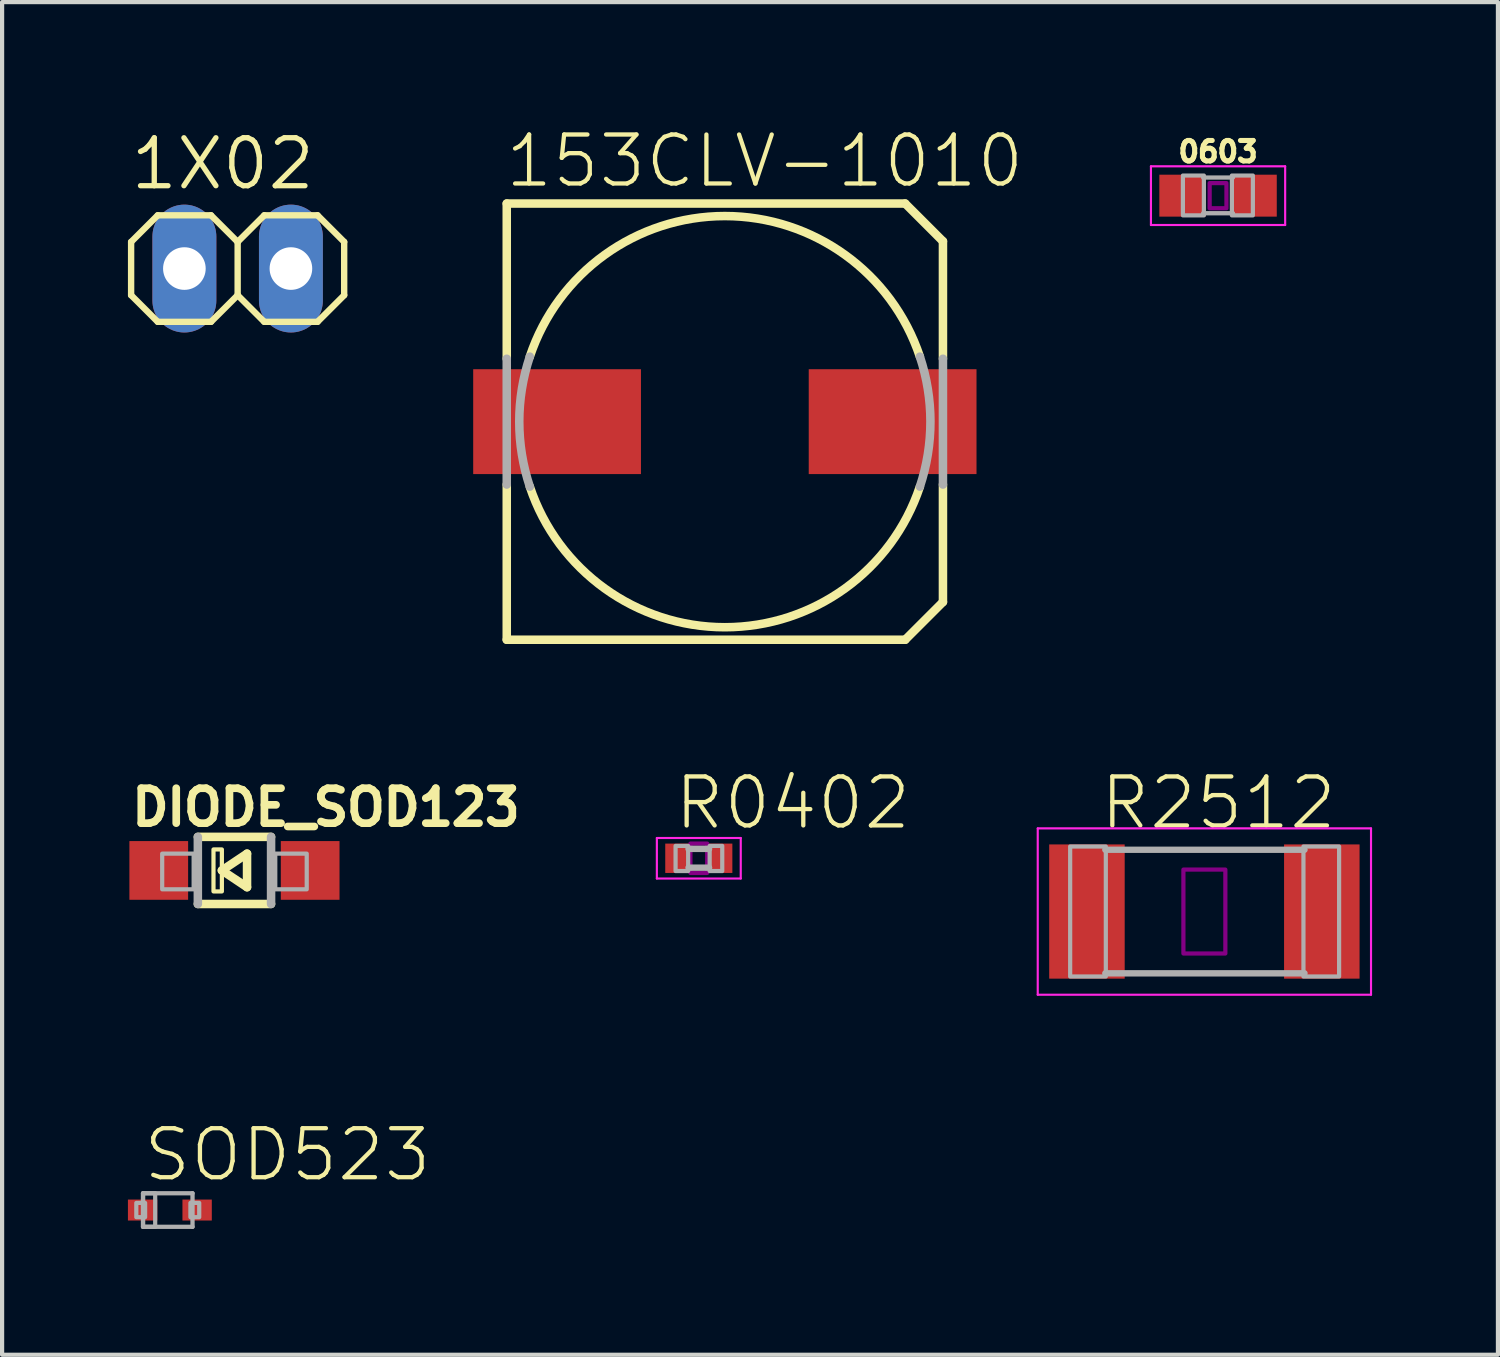
<source format=kicad_pcb>
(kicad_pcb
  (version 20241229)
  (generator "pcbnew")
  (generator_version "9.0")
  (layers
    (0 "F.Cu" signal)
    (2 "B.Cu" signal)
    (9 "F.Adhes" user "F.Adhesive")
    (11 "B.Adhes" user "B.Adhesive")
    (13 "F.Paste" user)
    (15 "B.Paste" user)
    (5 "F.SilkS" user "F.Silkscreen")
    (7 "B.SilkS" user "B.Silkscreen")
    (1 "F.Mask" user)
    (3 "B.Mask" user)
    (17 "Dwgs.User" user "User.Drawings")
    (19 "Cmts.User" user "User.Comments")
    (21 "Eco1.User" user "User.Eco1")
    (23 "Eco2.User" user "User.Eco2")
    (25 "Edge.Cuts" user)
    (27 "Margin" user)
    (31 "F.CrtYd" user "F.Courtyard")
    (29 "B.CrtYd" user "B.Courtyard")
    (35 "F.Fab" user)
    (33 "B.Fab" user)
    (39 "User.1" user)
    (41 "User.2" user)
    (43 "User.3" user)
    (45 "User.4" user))
  (footprint "153CLV-1010"
    (layer "F.Cu")
    (at 14.232 7.003)
    (property "Reference" "153CLV-1010" (at -5.29 -5.53 0) (layer "F.SilkS") (effects (font (size 1.168 1.168) (thickness 0.102)) (justify left bottom)))
    (fp_line (start -5.2 -5.2) (end 4.3 -5.2) (stroke (width 0.203) (type solid)) (layer "F.SilkS"))
    (fp_line (start -5.2 -1.5) (end -5.2 -5.2) (stroke (width 0.203) (type solid)) (layer "F.SilkS"))
    (fp_line (start -5.2 5.2) (end -5.2 1.5) (stroke (width 0.203) (type solid)) (layer "F.SilkS"))
    (fp_line (start 4.3 -5.2) (end 5.2 -4.3) (stroke (width 0.203) (type solid)) (layer "F.SilkS"))
    (fp_line (start 4.3 5.2) (end -5.2 5.2) (stroke (width 0.203) (type solid)) (layer "F.SilkS"))
    (fp_line (start 5.2 -4.3) (end 5.2 -1.5) (stroke (width 0.203) (type solid)) (layer "F.SilkS"))
    (fp_line (start 5.2 1.5) (end 5.2 4.3) (stroke (width 0.203) (type solid)) (layer "F.SilkS"))
    (fp_line (start 5.2 4.3) (end 4.3 5.2) (stroke (width 0.203) (type solid)) (layer "F.SilkS"))
    (fp_arc (start -4.65 -1.55) (mid 0 -4.90153) (end 4.65 -1.55) (stroke (width 0.2032) (type solid)) (layer "F.SilkS"))
    (fp_arc (start 4.65 1.55) (mid 0 4.90153) (end -4.65 1.55) (stroke (width 0.2032) (type solid)) (layer "F.SilkS"))
    (fp_line (start -5.2 1.5) (end -5.2 -1.5) (stroke (width 0.203) (type solid)) (layer "F.Fab"))
    (fp_line (start 5.2 -1.5) (end 5.2 1.5) (stroke (width 0.203) (type solid)) (layer "F.Fab"))
    (fp_arc (start -4.65 1.55) (mid -4.90153 0) (end -4.65 -1.55) (stroke (width 0.2032) (type solid)) (layer "F.Fab"))
    (fp_arc (start 4.65 -1.55) (mid 4.90153 0) (end 4.65 1.55) (stroke (width 0.2032) (type solid)) (layer "F.Fab"))
    (pad "+" smd rect (at 4 0) (size 4 2.5) (layers "F.Cu" "F.Mask" "F.Paste"))
    (pad "-" smd rect (at -4 0) (size 4 2.5) (layers "F.Cu" "F.Mask" "F.Paste")))
  (footprint "1X02"
    (layer "F.Cu")
    (at 2.616 3.353)
    (property "Reference" "1X02" (at -2.616 -1.829 0) (layer "F.SilkS") (effects (font (size 1.143 1.143) (thickness 0.127)) (justify left bottom)))
    (fp_line (start -2.54 -0.635) (end -2.54 0.635) (stroke (width 0.152) (type solid)) (layer "F.SilkS"))
    (fp_line (start -2.54 0.635) (end -1.905 1.27) (stroke (width 0.152) (type solid)) (layer "F.SilkS"))
    (fp_line (start -1.905 -1.27) (end -2.54 -0.635) (stroke (width 0.152) (type solid)) (layer "F.SilkS"))
    (fp_line (start -1.905 -1.27) (end -0.635 -1.27) (stroke (width 0.152) (type solid)) (layer "F.SilkS"))
    (fp_line (start -0.635 -1.27) (end 0 -0.635) (stroke (width 0.152) (type solid)) (layer "F.SilkS"))
    (fp_line (start -0.635 1.27) (end -1.905 1.27) (stroke (width 0.152) (type solid)) (layer "F.SilkS"))
    (fp_line (start 0 -0.635) (end 0 0.635) (stroke (width 0.152) (type solid)) (layer "F.SilkS"))
    (fp_line (start 0 -0.635) (end 0.635 -1.27) (stroke (width 0.152) (type solid)) (layer "F.SilkS"))
    (fp_line (start 0 0.635) (end -0.635 1.27) (stroke (width 0.152) (type solid)) (layer "F.SilkS"))
    (fp_line (start 0.635 -1.27) (end 1.905 -1.27) (stroke (width 0.152) (type solid)) (layer "F.SilkS"))
    (fp_line (start 0.635 1.27) (end 0 0.635) (stroke (width 0.152) (type solid)) (layer "F.SilkS"))
    (fp_line (start 1.905 -1.27) (end 2.54 -0.635) (stroke (width 0.152) (type solid)) (layer "F.SilkS"))
    (fp_line (start 1.905 1.27) (end 0.635 1.27) (stroke (width 0.152) (type solid)) (layer "F.SilkS"))
    (fp_line (start 2.54 -0.635) (end 2.54 0.635) (stroke (width 0.152) (type solid)) (layer "F.SilkS"))
    (fp_line (start 2.54 0.635) (end 1.905 1.27) (stroke (width 0.152) (type solid)) (layer "F.SilkS"))
    (fp_poly (pts (xy -1.524 0.254) (xy -1.016 0.254) (xy -1.016 -0.254) (xy -1.524 -0.254)) (stroke (width 0.1) (type solid)) (fill no) (layer "F.Fab"))
    (fp_poly (pts (xy 1.016 0.254) (xy 1.524 0.254) (xy 1.524 -0.254) (xy 1.016 -0.254)) (stroke (width 0.1) (type solid)) (fill no) (layer "F.Fab"))
    (pad "1" thru_hole oval (at -1.27 0 90) (size 3.048 1.524) (drill 1.016) (layers "*.Cu" "*.Mask"))
    (pad "2" thru_hole oval (at 1.27 0 90) (size 3.048 1.524) (drill 1.016) (layers "*.Cu" "*.Mask")))
  (footprint "DIODE_SOD123"
    (layer "F.Cu")
    (at 2.54 17.703)
    (property "Reference" "DIODE_SOD123" (at -2.54 -1.016 0) (layer "F.SilkS") (effects (font (size 0.833 0.833) (thickness 0.183)) (justify left bottom)))
    (fp_line (start -0.873 -0.8) (end 0.873 -0.8) (stroke (width 0.203) (type solid)) (layer "F.SilkS"))
    (fp_line (start -0.3 0) (end 0.3 -0.4) (stroke (width 0.203) (type solid)) (layer "F.SilkS"))
    (fp_line (start 0.3 -0.4) (end 0.3 0.4) (stroke (width 0.203) (type solid)) (layer "F.SilkS"))
    (fp_line (start 0.3 0.4) (end -0.3 0) (stroke (width 0.203) (type solid)) (layer "F.SilkS"))
    (fp_line (start 0.873 0.8) (end -0.873 0.8) (stroke (width 0.203) (type solid)) (layer "F.SilkS"))
    (fp_poly (pts (xy -0.5 0.5) (xy -0.3 0.5) (xy -0.3 -0.5) (xy -0.5 -0.5)) (stroke (width 0.1) (type solid)) (fill no) (layer "F.SilkS"))
    (fp_line (start -0.873 0.8) (end -0.873 -0.8) (stroke (width 0.203) (type solid)) (layer "F.Fab"))
    (fp_line (start 0.873 -0.8) (end 0.873 0.8) (stroke (width 0.203) (type solid)) (layer "F.Fab"))
    (fp_poly (pts (xy -1.723 0.45) (xy -0.973 0.45) (xy -0.973 -0.4) (xy -1.723 -0.4)) (stroke (width 0.1) (type solid)) (fill no) (layer "F.Fab"))
    (fp_poly (pts (xy 0.973 0.45) (xy 1.723 0.45) (xy 1.723 -0.4) (xy 0.973 -0.4)) (stroke (width 0.1) (type solid)) (fill no) (layer "F.Fab"))
    (pad "A" smd rect (at 1.805 0) (size 1.4 1.4) (layers "F.Cu" "F.Mask" "F.Paste"))
    (pad "C" smd rect (at -1.805 0) (size 1.4 1.4) (layers "F.Cu" "F.Mask" "F.Paste")))
  (footprint "SOD523"
    (layer "F.Cu")
    (at 0.95 25.8)
    (property "Reference" "SOD523" (at -0.635 -0.635 0) (layer "F.SilkS") (effects (font (size 1.168 1.168) (thickness 0.102)) (justify left bottom)))
    (fp_line (start -0.59 -0.4) (end 0.59 -0.4) (stroke (width 0.102) (type solid)) (layer "F.Fab"))
    (fp_line (start -0.59 0.4) (end -0.59 -0.4) (stroke (width 0.102) (type solid)) (layer "F.Fab"))
    (fp_line (start 0.59 -0.4) (end 0.59 0.4) (stroke (width 0.102) (type solid)) (layer "F.Fab"))
    (fp_line (start 0.59 0.4) (end -0.59 0.4) (stroke (width 0.102) (type solid)) (layer "F.Fab"))
    (fp_poly (pts (xy -0.75 0.17) (xy -0.54 0.17) (xy -0.54 -0.17) (xy -0.75 -0.17)) (stroke (width 0.1) (type solid)) (fill no) (layer "F.Fab"))
    (fp_poly (pts (xy -0.59 0.4) (xy -0.3 0.4) (xy -0.3 -0.4) (xy -0.59 -0.4)) (stroke (width 0.1) (type solid)) (fill no) (layer "F.Fab"))
    (fp_poly (pts (xy 0.54 0.17) (xy 0.75 0.17) (xy 0.75 -0.17) (xy 0.54 -0.17)) (stroke (width 0.1) (type solid)) (fill no) (layer "F.Fab"))
    (pad "A" smd rect (at 0.7 0) (size 0.7 0.5) (layers "F.Cu" "F.Mask" "F.Paste"))
    (pad "C" smd rect (at -0.6 0) (size 0.7 0.5) (layers "F.Cu" "F.Mask" "F.Paste")))
  (footprint "R0402"
    (layer "F.Cu")
    (at 13.611 17.413)
    (property "Reference" "R0402" (at -0.635 -0.635 0) (layer "F.SilkS") (effects (font (size 1.168 1.168) (thickness 0.102)) (justify left bottom)))
    (fp_poly (pts (xy -0.2 0.35) (xy 0.2 0.35) (xy 0.2 -0.35) (xy -0.2 -0.35)) (stroke (width 0.1) (type solid)) (fill no) (layer "F.Adhes"))
    (fp_line (start -1 -0.483) (end 1 -0.483) (stroke (width 0.051) (type solid)) (layer "F.CrtYd"))
    (fp_line (start -1 0.483) (end -1 -0.483) (stroke (width 0.051) (type solid)) (layer "F.CrtYd"))
    (fp_line (start 1 -0.483) (end 1 0.483) (stroke (width 0.051) (type solid)) (layer "F.CrtYd"))
    (fp_line (start 1 0.483) (end -1 0.483) (stroke (width 0.051) (type solid)) (layer "F.CrtYd"))
    (fp_line (start -0.245 -0.224) (end 0.245 -0.224) (stroke (width 0.152) (type solid)) (layer "F.Fab"))
    (fp_line (start 0.245 0.224) (end -0.245 0.224) (stroke (width 0.152) (type solid)) (layer "F.Fab"))
    (fp_poly (pts (xy -0.554 0.305) (xy -0.254 0.305) (xy -0.254 -0.295) (xy -0.554 -0.295)) (stroke (width 0.1) (type solid)) (fill no) (layer "F.Fab"))
    (fp_poly (pts (xy 0.259 0.305) (xy 0.559 0.305) (xy 0.559 -0.295) (xy 0.259 -0.295)) (stroke (width 0.1) (type solid)) (fill no) (layer "F.Fab"))
    (pad "1" smd rect (at -0.5 0) (size 0.6 0.7) (layers "F.Cu" "F.Mask" "F.Paste"))
    (pad "2" smd rect (at 0.5 0) (size 0.6 0.7) (layers "F.Cu" "F.Mask" "F.Paste")))
  (footprint "0603"
    (layer "F.Cu")
    (at 25.991 1.615)
    (property "Reference" "0603" (at 0 -0.762 0) (layer "F.SilkS") (effects (font (size 0.488 0.488) (thickness 0.122)) (justify bottom)))
    (fp_poly (pts (xy -0.2 0.3) (xy 0.2 0.3) (xy 0.2 -0.3) (xy -0.2 -0.3)) (stroke (width 0.1) (type solid)) (fill no) (layer "F.Adhes"))
    (fp_line (start -1.6 -0.7) (end 1.6 -0.7) (stroke (width 0.051) (type solid)) (layer "F.CrtYd"))
    (fp_line (start -1.6 0.7) (end -1.6 -0.7) (stroke (width 0.051) (type solid)) (layer "F.CrtYd"))
    (fp_line (start 1.6 -0.7) (end 1.6 0.7) (stroke (width 0.051) (type solid)) (layer "F.CrtYd"))
    (fp_line (start 1.6 0.7) (end -1.6 0.7) (stroke (width 0.051) (type solid)) (layer "F.CrtYd"))
    (fp_line (start -0.356 -0.432) (end 0.356 -0.432) (stroke (width 0.102) (type solid)) (layer "F.Fab"))
    (fp_line (start -0.356 0.419) (end 0.356 0.419) (stroke (width 0.102) (type solid)) (layer "F.Fab"))
    (fp_poly (pts (xy -0.838 0.47) (xy -0.338 0.47) (xy -0.338 -0.48) (xy -0.838 -0.48)) (stroke (width 0.1) (type solid)) (fill no) (layer "F.Fab"))
    (fp_poly (pts (xy 0.33 0.47) (xy 0.83 0.47) (xy 0.83 -0.48) (xy 0.33 -0.48)) (stroke (width 0.1) (type solid)) (fill no) (layer "F.Fab"))
    (pad "1" smd rect (at -0.85 0) (size 1.1 1) (layers "F.Cu" "F.Mask" "F.Paste"))
    (pad "2" smd rect (at 0.85 0) (size 1.1 1) (layers "F.Cu" "F.Mask" "F.Paste")))
  (footprint "R2512"
    (layer "F.Cu")
    (at 25.665 18.683)
    (property "Reference" "R2512" (at -2.54 -1.905 0) (layer "F.SilkS") (effects (font (size 1.168 1.168) (thickness 0.102)) (justify left bottom)))
    (fp_poly (pts (xy -0.5 1) (xy 0.5 1) (xy 0.5 -1) (xy -0.5 -1)) (stroke (width 0.1) (type solid)) (fill no) (layer "F.Adhes"))
    (fp_line (start -3.973 -1.983) (end 3.973 -1.983) (stroke (width 0.051) (type solid)) (layer "F.CrtYd"))
    (fp_line (start -3.973 1.983) (end -3.973 -1.983) (stroke (width 0.051) (type solid)) (layer "F.CrtYd"))
    (fp_line (start 3.973 -1.983) (end 3.973 1.983) (stroke (width 0.051) (type solid)) (layer "F.CrtYd"))
    (fp_line (start 3.973 1.983) (end -3.973 1.983) (stroke (width 0.051) (type solid)) (layer "F.CrtYd"))
    (fp_line (start -2.362 -1.473) (end 2.387 -1.473) (stroke (width 0.152) (type solid)) (layer "F.Fab"))
    (fp_line (start -2.362 1.473) (end 2.387 1.473) (stroke (width 0.152) (type solid)) (layer "F.Fab"))
    (fp_poly (pts (xy -3.2 1.549) (xy -2.35 1.549) (xy -2.35 -1.551) (xy -3.2 -1.551)) (stroke (width 0.1) (type solid)) (fill no) (layer "F.Fab"))
    (fp_poly (pts (xy 2.362 1.549) (xy 3.212 1.549) (xy 3.212 -1.551) (xy 2.362 -1.551)) (stroke (width 0.1) (type solid)) (fill no) (layer "F.Fab"))
    (pad "1" smd rect (at -2.8 0) (size 1.8 3.2) (layers "F.Cu" "F.Mask" "F.Paste"))
    (pad "2" smd rect (at 2.8 0) (size 1.8 3.2) (layers "F.Cu" "F.Mask" "F.Paste")))
  (gr_rect
    (start -3 -3)
    (end 32.664 29.25)
    (stroke (width 0.1) (type default))
    (fill no)
    (layer "Edge.Cuts")))
</source>
